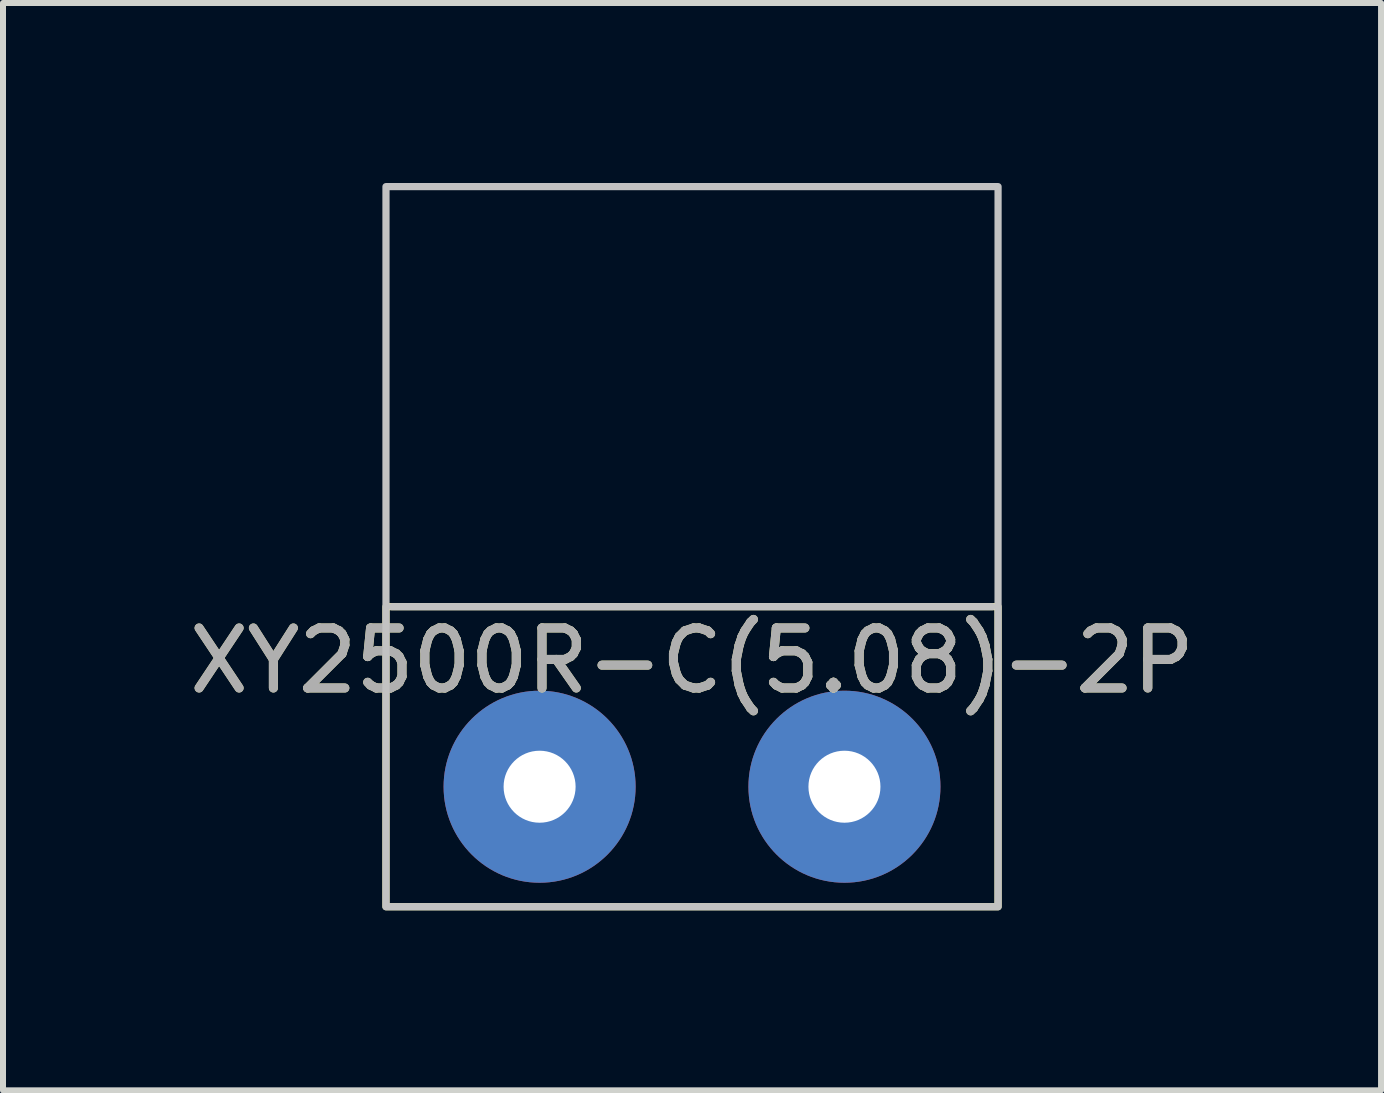
<source format=kicad_pcb>
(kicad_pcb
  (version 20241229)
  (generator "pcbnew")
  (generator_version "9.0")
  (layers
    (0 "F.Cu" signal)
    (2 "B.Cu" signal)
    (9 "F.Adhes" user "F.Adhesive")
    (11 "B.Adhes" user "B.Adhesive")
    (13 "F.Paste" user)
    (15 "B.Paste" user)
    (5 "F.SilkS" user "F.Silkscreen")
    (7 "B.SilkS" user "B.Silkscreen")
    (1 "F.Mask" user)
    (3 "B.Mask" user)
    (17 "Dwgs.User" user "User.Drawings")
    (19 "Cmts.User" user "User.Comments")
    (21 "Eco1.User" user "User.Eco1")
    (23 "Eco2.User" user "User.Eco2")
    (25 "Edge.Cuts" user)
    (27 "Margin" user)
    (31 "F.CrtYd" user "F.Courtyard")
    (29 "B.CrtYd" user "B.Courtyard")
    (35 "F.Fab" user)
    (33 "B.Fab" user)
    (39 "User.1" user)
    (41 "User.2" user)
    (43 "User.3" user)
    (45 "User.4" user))
  (footprint "XY2500R-C(5.08)-2P"
    (layer "F.Cu")
    (at 8.482 10.06)
    (property "Reference" "XY2500R-C(5.08)-2P" (at 0 -2.1 0) (unlocked yes) (layer "F.SilkS") (effects (font (size 1 1) (thickness 0.15))))
    (attr through_hole)
    (fp_rect (start 5.1 2) (end -5.1 -3) (stroke (width 0.12) (type solid)) (fill no) (layer "F.SilkS"))
    (fp_line (start 5 -3) (end -5 -3) (stroke (width 0.12) (type solid)) (layer "Dwgs.User"))
    (fp_rect (start 5.1 2) (end -5.1 -10) (stroke (width 0.12) (type solid)) (fill no) (layer "Dwgs.User"))
    (fp_text user "${REFERENCE}" (at 0 -2.1 0) (unlocked yes) (layer "F.Fab") (effects (font (size 1 1) (thickness 0.15))))
    (pad "1" thru_hole circle (at 2.54 0 90) (size 3.2 3.2) (drill 1.2) (layers "*.Cu" "*.Mask"))
    (pad "2" thru_hole circle (at -2.54 0 90) (size 3.2 3.2) (drill 1.2) (layers "*.Cu" "*.Mask")))
  (gr_rect
    (start -3 -3)
    (end 19.964 15.12)
    (stroke (width 0.1) (type default))
    (fill no)
    (layer "Edge.Cuts")))
</source>
